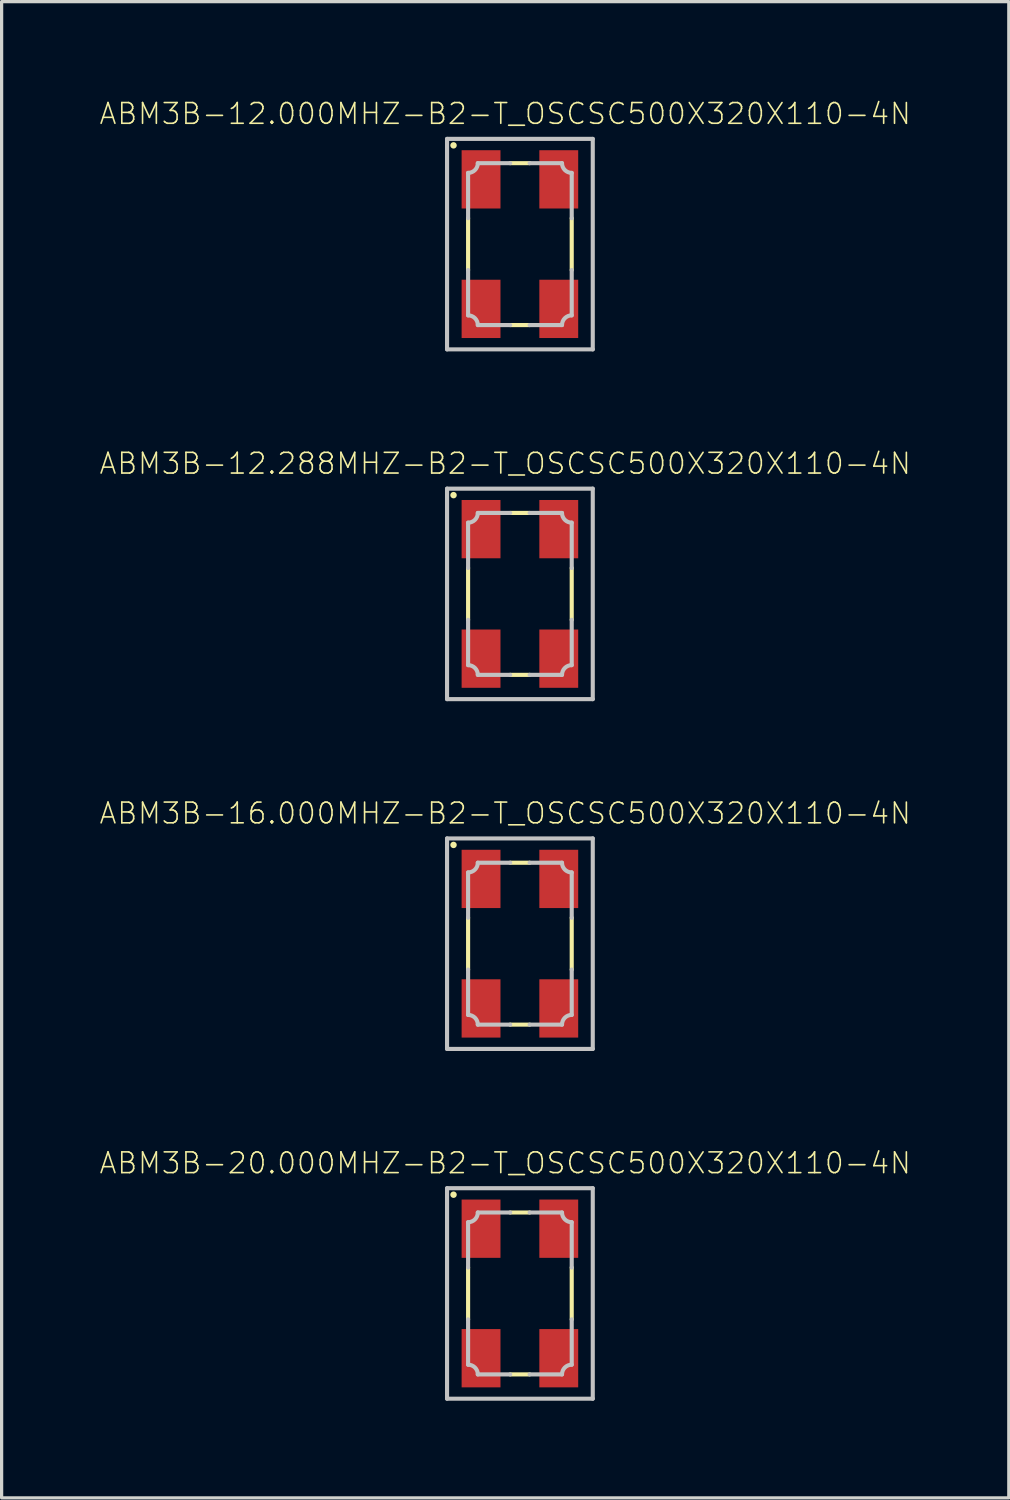
<source format=kicad_pcb>
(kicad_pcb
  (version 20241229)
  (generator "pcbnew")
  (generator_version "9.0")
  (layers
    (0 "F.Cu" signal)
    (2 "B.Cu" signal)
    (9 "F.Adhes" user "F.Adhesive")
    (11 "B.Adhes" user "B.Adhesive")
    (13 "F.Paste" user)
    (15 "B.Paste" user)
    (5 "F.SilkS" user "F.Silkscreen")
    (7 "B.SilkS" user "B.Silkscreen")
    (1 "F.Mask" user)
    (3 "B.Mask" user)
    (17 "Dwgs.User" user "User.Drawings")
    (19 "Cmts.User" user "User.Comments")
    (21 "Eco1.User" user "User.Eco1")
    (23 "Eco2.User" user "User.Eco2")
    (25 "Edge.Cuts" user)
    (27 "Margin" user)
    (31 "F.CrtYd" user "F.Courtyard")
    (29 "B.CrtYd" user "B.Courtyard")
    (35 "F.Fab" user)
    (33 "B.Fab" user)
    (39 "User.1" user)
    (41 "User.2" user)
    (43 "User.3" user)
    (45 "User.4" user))
  (footprint "ABM3B-20.000MHZ-B2-T_OSCSC500X320X110-4N"
    (layer "F.Cu")
    (at 13.006 36.895)
    (property "Reference" "ABM3B-20.000MHZ-B2-T_OSCSC500X320X110-4N" (at -0.454 -4.026 0) (layer "F.SilkS") (effects (font (size 0.64 0.64) (thickness 0.05))))
    (attr smd)
    (fp_line (start -1.6 -0.8) (end -1.6 0.8) (stroke (width 0.127) (type solid)) (layer "F.SilkS"))
    (fp_line (start 0.3 -2.5) (end -0.3 -2.5) (stroke (width 0.127) (type solid)) (layer "F.SilkS"))
    (fp_line (start 0.3 2.5) (end -0.3 2.5) (stroke (width 0.127) (type solid)) (layer "F.SilkS"))
    (fp_line (start 1.6 -0.8) (end 1.6 0.8) (stroke (width 0.127) (type solid)) (layer "F.SilkS"))
    (fp_circle (center -2.05 -3.05) (end -1.95 -3.05) (stroke (width 0) (type solid)) (fill yes) (layer "F.SilkS"))
    (fp_line (start -2.25 -3.25) (end -2.25 3.25) (stroke (width 0.127) (type solid)) (layer "Dwgs.User"))
    (fp_line (start -2.25 3.25) (end 2.25 3.25) (stroke (width 0.127) (type solid)) (layer "Dwgs.User"))
    (fp_line (start -1.6 -2.2) (end -1.6 -0.8) (stroke (width 0.127) (type solid)) (layer "Dwgs.User"))
    (fp_line (start -1.6 0.8) (end -1.6 2.2) (stroke (width 0.127) (type solid)) (layer "Dwgs.User"))
    (fp_line (start -1.3 2.5) (end -0.3 2.5) (stroke (width 0.127) (type solid)) (layer "Dwgs.User"))
    (fp_line (start -0.3 -2.5) (end -1.3 -2.5) (stroke (width 0.127) (type solid)) (layer "Dwgs.User"))
    (fp_line (start 0.3 -2.5) (end 1.3 -2.5) (stroke (width 0.127) (type solid)) (layer "Dwgs.User"))
    (fp_line (start 1.3 2.5) (end 0.3 2.5) (stroke (width 0.127) (type solid)) (layer "Dwgs.User"))
    (fp_line (start 1.6 -2.2) (end 1.6 -0.8) (stroke (width 0.127) (type solid)) (layer "Dwgs.User"))
    (fp_line (start 1.6 0.8) (end 1.6 2.2) (stroke (width 0.127) (type solid)) (layer "Dwgs.User"))
    (fp_line (start 2.25 -3.25) (end -2.25 -3.25) (stroke (width 0.127) (type solid)) (layer "Dwgs.User"))
    (fp_line (start 2.25 3.25) (end 2.25 -3.25) (stroke (width 0.127) (type solid)) (layer "Dwgs.User"))
    (fp_arc (start -1.6 2.2) (mid -1.387868 2.287868) (end -1.3 2.5) (stroke (width 0.127) (type solid)) (layer "Dwgs.User"))
    (fp_arc (start -1.3 -2.5) (mid -1.387868 -2.287868) (end -1.6 -2.2) (stroke (width 0.127) (type solid)) (layer "Dwgs.User"))
    (fp_arc (start 1.3 2.5) (mid 1.387868 2.287868) (end 1.6 2.2) (stroke (width 0.127) (type solid)) (layer "Dwgs.User"))
    (fp_arc (start 1.6 -2.2) (mid 1.387868 -2.287868) (end 1.3 -2.5) (stroke (width 0.127) (type solid)) (layer "Dwgs.User"))
    (pad "1" smd rect (at -1.2 -2 270) (size 1.8 1.2) (layers "F.Cu" "F.Mask" "F.Paste"))
    (pad "2" smd rect (at -1.2 2 270) (size 1.8 1.2) (layers "F.Cu" "F.Mask" "F.Paste"))
    (pad "3" smd rect (at 1.2 2 270) (size 1.8 1.2) (layers "F.Cu" "F.Mask" "F.Paste"))
    (pad "4" smd rect (at 1.2 -2 270) (size 1.8 1.2) (layers "F.Cu" "F.Mask" "F.Paste")))
  (footprint "ABM3B-12.000MHZ-B2-T_OSCSC500X320X110-4N"
    (layer "F.Cu")
    (at 13.006 4.489)
    (property "Reference" "ABM3B-12.000MHZ-B2-T_OSCSC500X320X110-4N" (at -0.454 -4.026 0) (layer "F.SilkS") (effects (font (size 0.64 0.64) (thickness 0.05))))
    (attr smd)
    (fp_line (start -1.6 -0.8) (end -1.6 0.8) (stroke (width 0.127) (type solid)) (layer "F.SilkS"))
    (fp_line (start 0.3 -2.5) (end -0.3 -2.5) (stroke (width 0.127) (type solid)) (layer "F.SilkS"))
    (fp_line (start 0.3 2.5) (end -0.3 2.5) (stroke (width 0.127) (type solid)) (layer "F.SilkS"))
    (fp_line (start 1.6 -0.8) (end 1.6 0.8) (stroke (width 0.127) (type solid)) (layer "F.SilkS"))
    (fp_circle (center -2.05 -3.05) (end -1.95 -3.05) (stroke (width 0) (type solid)) (fill yes) (layer "F.SilkS"))
    (fp_line (start -2.25 -3.25) (end -2.25 3.25) (stroke (width 0.127) (type solid)) (layer "Dwgs.User"))
    (fp_line (start -2.25 3.25) (end 2.25 3.25) (stroke (width 0.127) (type solid)) (layer "Dwgs.User"))
    (fp_line (start -1.6 -2.2) (end -1.6 -0.8) (stroke (width 0.127) (type solid)) (layer "Dwgs.User"))
    (fp_line (start -1.6 0.8) (end -1.6 2.2) (stroke (width 0.127) (type solid)) (layer "Dwgs.User"))
    (fp_line (start -1.3 2.5) (end -0.3 2.5) (stroke (width 0.127) (type solid)) (layer "Dwgs.User"))
    (fp_line (start -0.3 -2.5) (end -1.3 -2.5) (stroke (width 0.127) (type solid)) (layer "Dwgs.User"))
    (fp_line (start 0.3 -2.5) (end 1.3 -2.5) (stroke (width 0.127) (type solid)) (layer "Dwgs.User"))
    (fp_line (start 1.3 2.5) (end 0.3 2.5) (stroke (width 0.127) (type solid)) (layer "Dwgs.User"))
    (fp_line (start 1.6 -2.2) (end 1.6 -0.8) (stroke (width 0.127) (type solid)) (layer "Dwgs.User"))
    (fp_line (start 1.6 0.8) (end 1.6 2.2) (stroke (width 0.127) (type solid)) (layer "Dwgs.User"))
    (fp_line (start 2.25 -3.25) (end -2.25 -3.25) (stroke (width 0.127) (type solid)) (layer "Dwgs.User"))
    (fp_line (start 2.25 3.25) (end 2.25 -3.25) (stroke (width 0.127) (type solid)) (layer "Dwgs.User"))
    (fp_arc (start -1.6 2.2) (mid -1.387868 2.287868) (end -1.3 2.5) (stroke (width 0.127) (type solid)) (layer "Dwgs.User"))
    (fp_arc (start -1.3 -2.5) (mid -1.387868 -2.287868) (end -1.6 -2.2) (stroke (width 0.127) (type solid)) (layer "Dwgs.User"))
    (fp_arc (start 1.3 2.5) (mid 1.387868 2.287868) (end 1.6 2.2) (stroke (width 0.127) (type solid)) (layer "Dwgs.User"))
    (fp_arc (start 1.6 -2.2) (mid 1.387868 -2.287868) (end 1.3 -2.5) (stroke (width 0.127) (type solid)) (layer "Dwgs.User"))
    (pad "1" smd rect (at -1.2 -2 270) (size 1.8 1.2) (layers "F.Cu" "F.Mask" "F.Paste"))
    (pad "2" smd rect (at -1.2 2 270) (size 1.8 1.2) (layers "F.Cu" "F.Mask" "F.Paste"))
    (pad "3" smd rect (at 1.2 2 270) (size 1.8 1.2) (layers "F.Cu" "F.Mask" "F.Paste"))
    (pad "4" smd rect (at 1.2 -2 270) (size 1.8 1.2) (layers "F.Cu" "F.Mask" "F.Paste")))
  (footprint "ABM3B-16.000MHZ-B2-T_OSCSC500X320X110-4N"
    (layer "F.Cu")
    (at 13.006 26.093)
    (property "Reference" "ABM3B-16.000MHZ-B2-T_OSCSC500X320X110-4N" (at -0.454 -4.026 0) (layer "F.SilkS") (effects (font (size 0.64 0.64) (thickness 0.05))))
    (attr smd)
    (fp_line (start -1.6 -0.8) (end -1.6 0.8) (stroke (width 0.127) (type solid)) (layer "F.SilkS"))
    (fp_line (start 0.3 -2.5) (end -0.3 -2.5) (stroke (width 0.127) (type solid)) (layer "F.SilkS"))
    (fp_line (start 0.3 2.5) (end -0.3 2.5) (stroke (width 0.127) (type solid)) (layer "F.SilkS"))
    (fp_line (start 1.6 -0.8) (end 1.6 0.8) (stroke (width 0.127) (type solid)) (layer "F.SilkS"))
    (fp_circle (center -2.05 -3.05) (end -1.95 -3.05) (stroke (width 0) (type solid)) (fill yes) (layer "F.SilkS"))
    (fp_line (start -2.25 -3.25) (end -2.25 3.25) (stroke (width 0.127) (type solid)) (layer "Dwgs.User"))
    (fp_line (start -2.25 3.25) (end 2.25 3.25) (stroke (width 0.127) (type solid)) (layer "Dwgs.User"))
    (fp_line (start -1.6 -2.2) (end -1.6 -0.8) (stroke (width 0.127) (type solid)) (layer "Dwgs.User"))
    (fp_line (start -1.6 0.8) (end -1.6 2.2) (stroke (width 0.127) (type solid)) (layer "Dwgs.User"))
    (fp_line (start -1.3 2.5) (end -0.3 2.5) (stroke (width 0.127) (type solid)) (layer "Dwgs.User"))
    (fp_line (start -0.3 -2.5) (end -1.3 -2.5) (stroke (width 0.127) (type solid)) (layer "Dwgs.User"))
    (fp_line (start 0.3 -2.5) (end 1.3 -2.5) (stroke (width 0.127) (type solid)) (layer "Dwgs.User"))
    (fp_line (start 1.3 2.5) (end 0.3 2.5) (stroke (width 0.127) (type solid)) (layer "Dwgs.User"))
    (fp_line (start 1.6 -2.2) (end 1.6 -0.8) (stroke (width 0.127) (type solid)) (layer "Dwgs.User"))
    (fp_line (start 1.6 0.8) (end 1.6 2.2) (stroke (width 0.127) (type solid)) (layer "Dwgs.User"))
    (fp_line (start 2.25 -3.25) (end -2.25 -3.25) (stroke (width 0.127) (type solid)) (layer "Dwgs.User"))
    (fp_line (start 2.25 3.25) (end 2.25 -3.25) (stroke (width 0.127) (type solid)) (layer "Dwgs.User"))
    (fp_arc (start -1.6 2.2) (mid -1.387868 2.287868) (end -1.3 2.5) (stroke (width 0.127) (type solid)) (layer "Dwgs.User"))
    (fp_arc (start -1.3 -2.5) (mid -1.387868 -2.287868) (end -1.6 -2.2) (stroke (width 0.127) (type solid)) (layer "Dwgs.User"))
    (fp_arc (start 1.3 2.5) (mid 1.387868 2.287868) (end 1.6 2.2) (stroke (width 0.127) (type solid)) (layer "Dwgs.User"))
    (fp_arc (start 1.6 -2.2) (mid 1.387868 -2.287868) (end 1.3 -2.5) (stroke (width 0.127) (type solid)) (layer "Dwgs.User"))
    (pad "1" smd rect (at -1.2 -2 270) (size 1.8 1.2) (layers "F.Cu" "F.Mask" "F.Paste"))
    (pad "2" smd rect (at -1.2 2 270) (size 1.8 1.2) (layers "F.Cu" "F.Mask" "F.Paste"))
    (pad "3" smd rect (at 1.2 2 270) (size 1.8 1.2) (layers "F.Cu" "F.Mask" "F.Paste"))
    (pad "4" smd rect (at 1.2 -2 270) (size 1.8 1.2) (layers "F.Cu" "F.Mask" "F.Paste")))
  (footprint "ABM3B-12.288MHZ-B2-T_OSCSC500X320X110-4N"
    (layer "F.Cu")
    (at 13.006 15.291)
    (property "Reference" "ABM3B-12.288MHZ-B2-T_OSCSC500X320X110-4N" (at -0.454 -4.026 0) (layer "F.SilkS") (effects (font (size 0.64 0.64) (thickness 0.05))))
    (attr smd)
    (fp_line (start -1.6 -0.8) (end -1.6 0.8) (stroke (width 0.127) (type solid)) (layer "F.SilkS"))
    (fp_line (start 0.3 -2.5) (end -0.3 -2.5) (stroke (width 0.127) (type solid)) (layer "F.SilkS"))
    (fp_line (start 0.3 2.5) (end -0.3 2.5) (stroke (width 0.127) (type solid)) (layer "F.SilkS"))
    (fp_line (start 1.6 -0.8) (end 1.6 0.8) (stroke (width 0.127) (type solid)) (layer "F.SilkS"))
    (fp_circle (center -2.05 -3.05) (end -1.95 -3.05) (stroke (width 0) (type solid)) (fill yes) (layer "F.SilkS"))
    (fp_line (start -2.25 -3.25) (end -2.25 3.25) (stroke (width 0.127) (type solid)) (layer "Dwgs.User"))
    (fp_line (start -2.25 3.25) (end 2.25 3.25) (stroke (width 0.127) (type solid)) (layer "Dwgs.User"))
    (fp_line (start -1.6 -2.2) (end -1.6 -0.8) (stroke (width 0.127) (type solid)) (layer "Dwgs.User"))
    (fp_line (start -1.6 0.8) (end -1.6 2.2) (stroke (width 0.127) (type solid)) (layer "Dwgs.User"))
    (fp_line (start -1.3 2.5) (end -0.3 2.5) (stroke (width 0.127) (type solid)) (layer "Dwgs.User"))
    (fp_line (start -0.3 -2.5) (end -1.3 -2.5) (stroke (width 0.127) (type solid)) (layer "Dwgs.User"))
    (fp_line (start 0.3 -2.5) (end 1.3 -2.5) (stroke (width 0.127) (type solid)) (layer "Dwgs.User"))
    (fp_line (start 1.3 2.5) (end 0.3 2.5) (stroke (width 0.127) (type solid)) (layer "Dwgs.User"))
    (fp_line (start 1.6 -2.2) (end 1.6 -0.8) (stroke (width 0.127) (type solid)) (layer "Dwgs.User"))
    (fp_line (start 1.6 0.8) (end 1.6 2.2) (stroke (width 0.127) (type solid)) (layer "Dwgs.User"))
    (fp_line (start 2.25 -3.25) (end -2.25 -3.25) (stroke (width 0.127) (type solid)) (layer "Dwgs.User"))
    (fp_line (start 2.25 3.25) (end 2.25 -3.25) (stroke (width 0.127) (type solid)) (layer "Dwgs.User"))
    (fp_arc (start -1.6 2.2) (mid -1.387868 2.287868) (end -1.3 2.5) (stroke (width 0.127) (type solid)) (layer "Dwgs.User"))
    (fp_arc (start -1.3 -2.5) (mid -1.387868 -2.287868) (end -1.6 -2.2) (stroke (width 0.127) (type solid)) (layer "Dwgs.User"))
    (fp_arc (start 1.3 2.5) (mid 1.387868 2.287868) (end 1.6 2.2) (stroke (width 0.127) (type solid)) (layer "Dwgs.User"))
    (fp_arc (start 1.6 -2.2) (mid 1.387868 -2.287868) (end 1.3 -2.5) (stroke (width 0.127) (type solid)) (layer "Dwgs.User"))
    (pad "1" smd rect (at -1.2 -2 270) (size 1.8 1.2) (layers "F.Cu" "F.Mask" "F.Paste"))
    (pad "2" smd rect (at -1.2 2 270) (size 1.8 1.2) (layers "F.Cu" "F.Mask" "F.Paste"))
    (pad "3" smd rect (at 1.2 2 270) (size 1.8 1.2) (layers "F.Cu" "F.Mask" "F.Paste"))
    (pad "4" smd rect (at 1.2 -2 270) (size 1.8 1.2) (layers "F.Cu" "F.Mask" "F.Paste")))
  (gr_rect
    (start -3 -3)
    (end 28.104 43.208)
    (stroke (width 0.1) (type default))
    (fill no)
    (layer "Edge.Cuts")))
</source>
